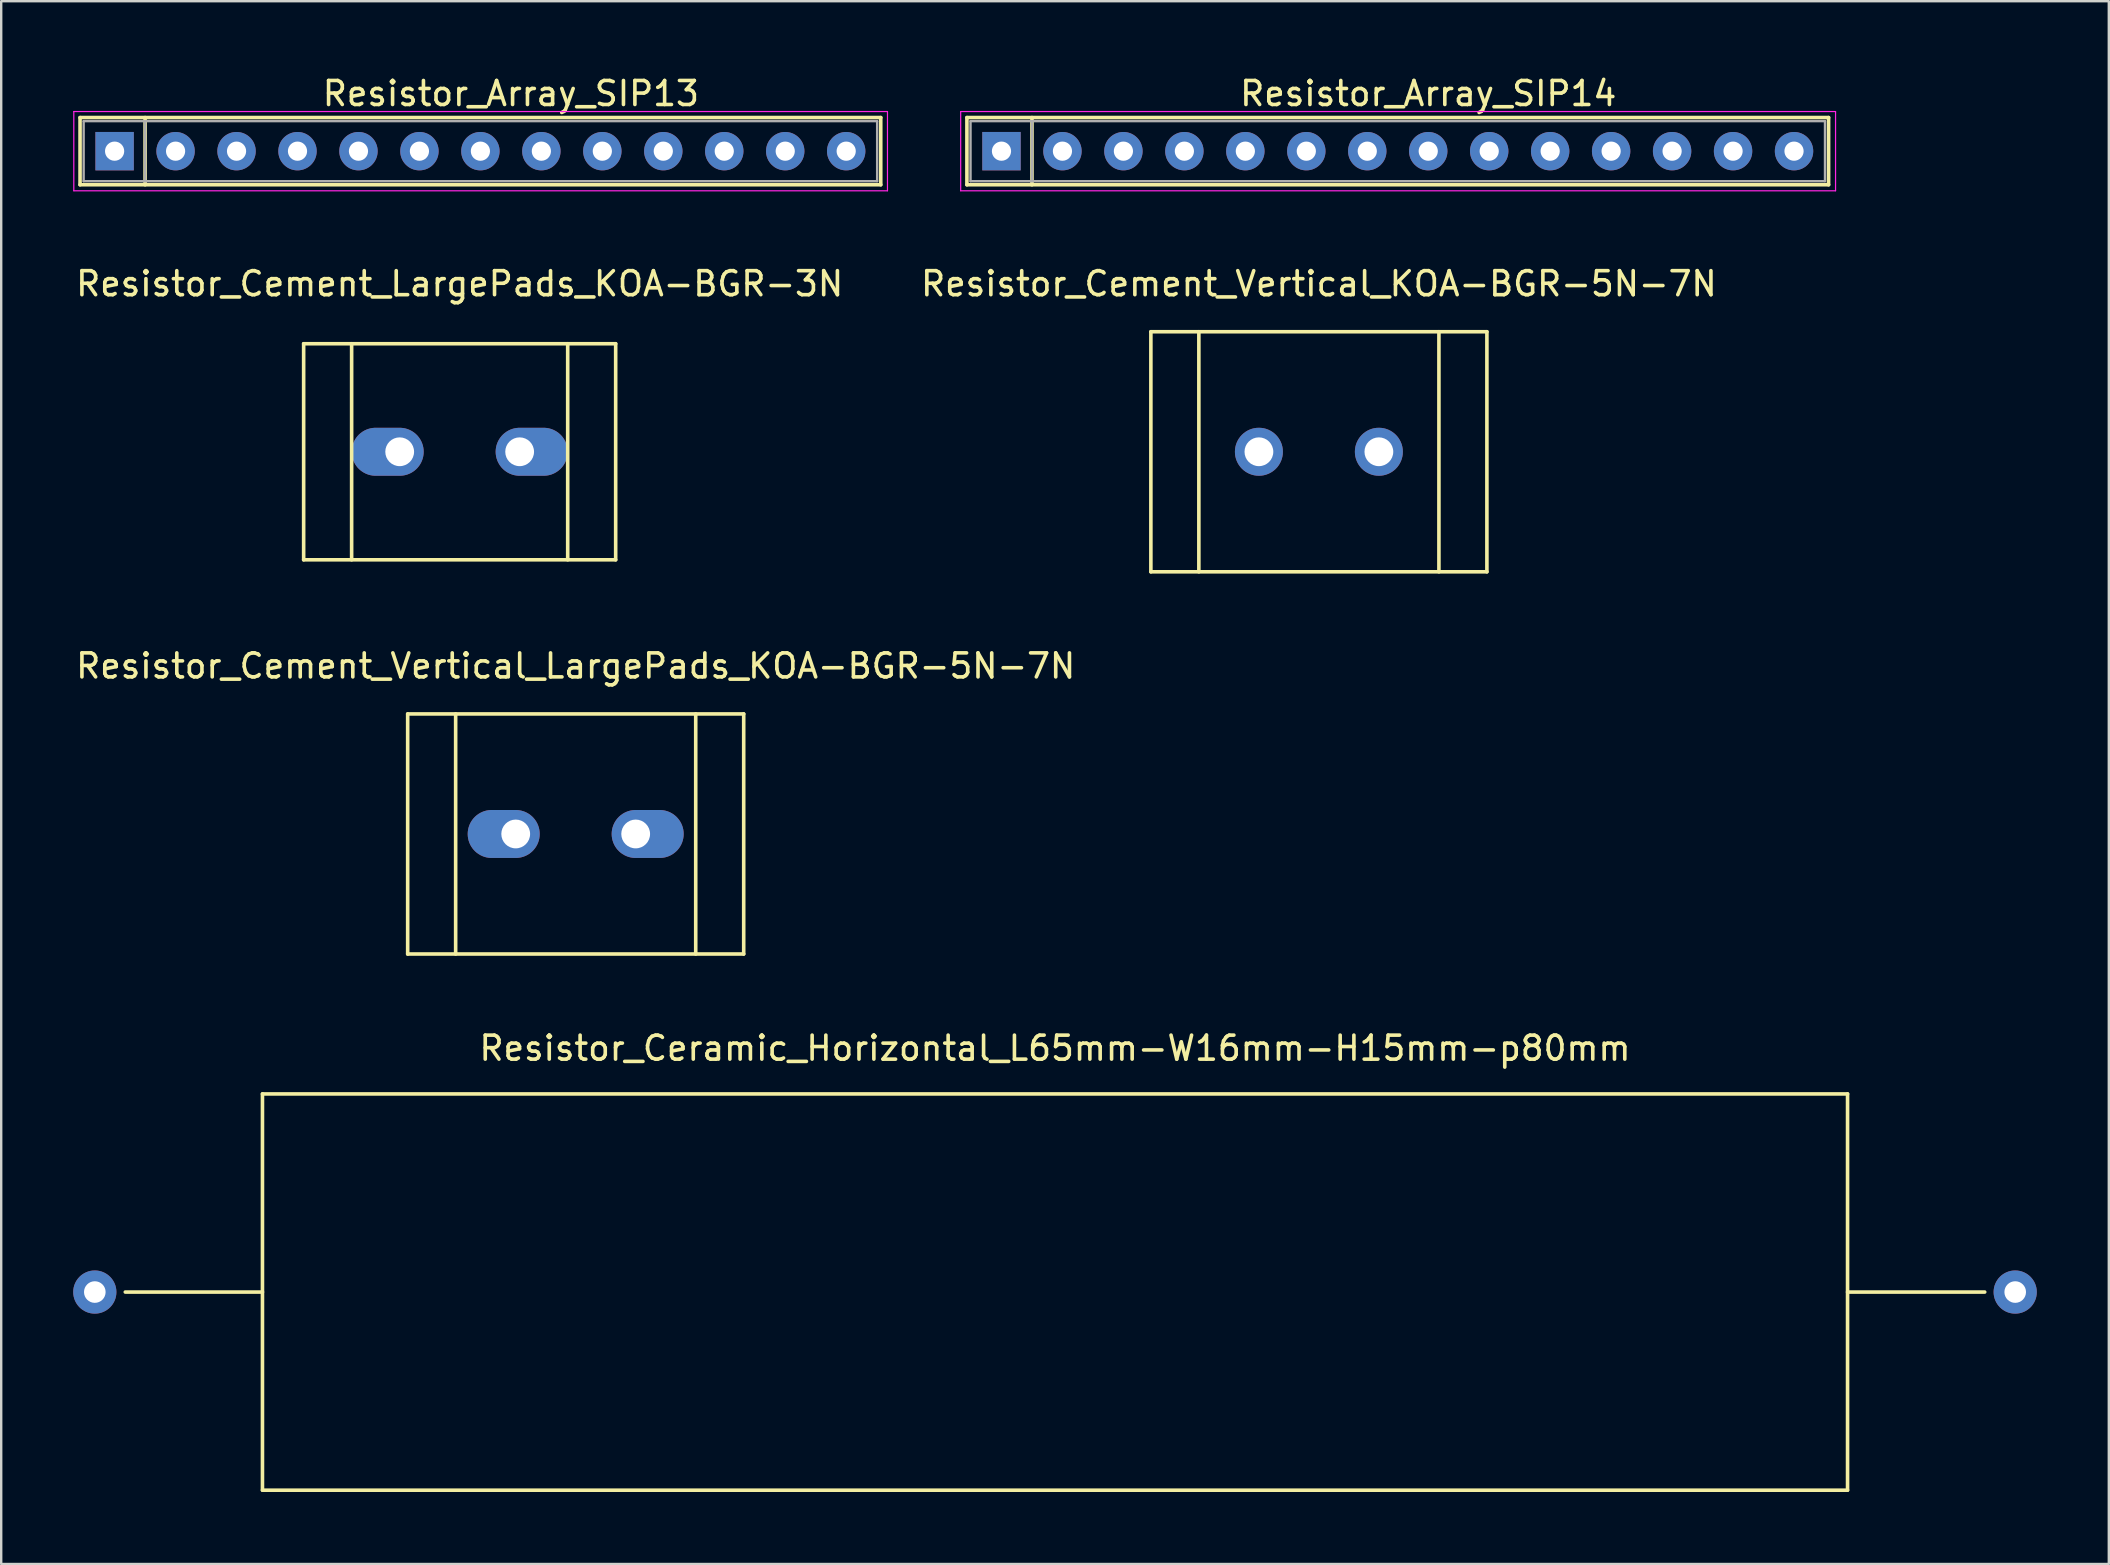
<source format=kicad_pcb>
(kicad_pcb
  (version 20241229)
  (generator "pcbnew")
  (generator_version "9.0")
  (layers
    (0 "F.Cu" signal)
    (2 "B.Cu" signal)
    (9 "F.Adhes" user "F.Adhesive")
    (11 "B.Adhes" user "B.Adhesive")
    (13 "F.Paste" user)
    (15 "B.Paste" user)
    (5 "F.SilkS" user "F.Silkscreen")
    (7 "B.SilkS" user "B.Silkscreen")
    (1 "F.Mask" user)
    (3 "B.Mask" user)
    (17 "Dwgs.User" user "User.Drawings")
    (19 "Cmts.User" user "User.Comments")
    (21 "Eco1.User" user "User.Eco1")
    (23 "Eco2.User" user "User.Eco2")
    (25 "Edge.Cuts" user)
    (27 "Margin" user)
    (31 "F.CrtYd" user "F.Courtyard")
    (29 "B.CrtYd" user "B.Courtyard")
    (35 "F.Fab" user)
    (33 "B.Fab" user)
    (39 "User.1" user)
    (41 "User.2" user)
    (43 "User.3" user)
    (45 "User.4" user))
  (footprint "Resistor_Ceramic_Horizontal_L65mm-W16mm-H15mm-p80mm"
    (layer "F.Cu")
    (at 40.905 50.781)
    (property "Reference" "Resistor_Ceramic_Horizontal_L65mm-W16mm-H15mm-p80mm" (at 0 -10.16 0) (layer "F.SilkS") (effects (font (size 1 1) (thickness 0.15))))
    (attr through_hole)
    (fp_line (start -33.02 -8.255) (end -33.02 8.255) (stroke (width 0.15) (type solid)) (layer "F.SilkS"))
    (fp_line (start -33.02 0) (end -38.735 0) (stroke (width 0.15) (type solid)) (layer "F.SilkS"))
    (fp_line (start -33.02 8.255) (end 33.02 8.255) (stroke (width 0.15) (type solid)) (layer "F.SilkS"))
    (fp_line (start 33.02 -8.255) (end -33.02 -8.255) (stroke (width 0.15) (type solid)) (layer "F.SilkS"))
    (fp_line (start 33.02 0) (end 38.735 0) (stroke (width 0.15) (type solid)) (layer "F.SilkS"))
    (fp_line (start 33.02 8.255) (end 33.02 -8.255) (stroke (width 0.15) (type solid)) (layer "F.SilkS"))
    (pad "1" thru_hole circle (at -40.005 0 180) (size 1.8 1.8) (drill 0.9) (layers "*.Cu" "*.Mask"))
    (pad "2" thru_hole circle (at 40.005 0 180) (size 1.8 1.8) (drill 0.9) (layers "*.Cu" "*.Mask")))
  (footprint "Resistor_Array_SIP13"
    (layer "F.Cu")
    (at 1.725 3.248)
    (property "Reference" "Resistor_Array_SIP13" (at 16.51 -2.4 0) (layer "F.SilkS") (effects (font (size 1 1) (thickness 0.15))))
    (attr through_hole)
    (fp_line (start -1.44 -1.4) (end -1.44 1.4) (stroke (width 0.15) (type solid)) (layer "F.SilkS"))
    (fp_line (start -1.44 1.4) (end 31.92 1.4) (stroke (width 0.15) (type solid)) (layer "F.SilkS"))
    (fp_line (start 1.27 -1.4) (end 1.27 1.4) (stroke (width 0.15) (type solid)) (layer "F.SilkS"))
    (fp_line (start 31.92 -1.4) (end -1.44 -1.4) (stroke (width 0.15) (type solid)) (layer "F.SilkS"))
    (fp_line (start 31.92 1.4) (end 31.92 -1.4) (stroke (width 0.15) (type solid)) (layer "F.SilkS"))
    (fp_line (start -1.7 -1.65) (end -1.7 1.65) (stroke (width 0.05) (type solid)) (layer "F.CrtYd"))
    (fp_line (start -1.7 1.65) (end 32.2 1.65) (stroke (width 0.05) (type solid)) (layer "F.CrtYd"))
    (fp_line (start 32.2 -1.65) (end -1.7 -1.65) (stroke (width 0.05) (type solid)) (layer "F.CrtYd"))
    (fp_line (start 32.2 1.65) (end 32.2 -1.65) (stroke (width 0.05) (type solid)) (layer "F.CrtYd"))
    (fp_line (start -1.29 -1.25) (end -1.29 1.25) (stroke (width 0.1) (type solid)) (layer "F.Fab"))
    (fp_line (start -1.29 1.25) (end 31.77 1.25) (stroke (width 0.1) (type solid)) (layer "F.Fab"))
    (fp_line (start 1.27 -1.25) (end 1.27 1.25) (stroke (width 0.1) (type solid)) (layer "F.Fab"))
    (fp_line (start 31.77 -1.25) (end -1.29 -1.25) (stroke (width 0.1) (type solid)) (layer "F.Fab"))
    (fp_line (start 31.77 1.25) (end 31.77 -1.25) (stroke (width 0.1) (type solid)) (layer "F.Fab"))
    (pad "1" thru_hole rect (at 0 0) (size 1.6 1.6) (drill 0.8) (layers "*.Cu" "*.Mask"))
    (pad "2" thru_hole oval (at 2.54 0) (size 1.6 1.6) (drill 0.8) (layers "*.Cu" "*.Mask"))
    (pad "3" thru_hole oval (at 5.08 0) (size 1.6 1.6) (drill 0.8) (layers "*.Cu" "*.Mask"))
    (pad "4" thru_hole oval (at 7.62 0) (size 1.6 1.6) (drill 0.8) (layers "*.Cu" "*.Mask"))
    (pad "5" thru_hole oval (at 10.16 0) (size 1.6 1.6) (drill 0.8) (layers "*.Cu" "*.Mask"))
    (pad "6" thru_hole oval (at 12.7 0) (size 1.6 1.6) (drill 0.8) (layers "*.Cu" "*.Mask"))
    (pad "7" thru_hole oval (at 15.24 0) (size 1.6 1.6) (drill 0.8) (layers "*.Cu" "*.Mask"))
    (pad "8" thru_hole oval (at 17.78 0) (size 1.6 1.6) (drill 0.8) (layers "*.Cu" "*.Mask"))
    (pad "9" thru_hole oval (at 20.32 0) (size 1.6 1.6) (drill 0.8) (layers "*.Cu" "*.Mask"))
    (pad "10" thru_hole oval (at 22.86 0) (size 1.6 1.6) (drill 0.8) (layers "*.Cu" "*.Mask"))
    (pad "11" thru_hole oval (at 25.4 0) (size 1.6 1.6) (drill 0.8) (layers "*.Cu" "*.Mask"))
    (pad "12" thru_hole oval (at 27.94 0) (size 1.6 1.6) (drill 0.8) (layers "*.Cu" "*.Mask"))
    (pad "13" thru_hole oval (at 30.48 0) (size 1.6 1.6) (drill 0.8) (layers "*.Cu" "*.Mask")))
  (footprint "Resistor_Cement_LargePads_KOA-BGR-3N"
    (layer "F.Cu")
    (at 16.101 15.772)
    (property "Reference" "Resistor_Cement_LargePads_KOA-BGR-3N" (at 0 -7 0) (layer "F.SilkS") (effects (font (size 1 1) (thickness 0.15))))
    (attr through_hole)
    (fp_line (start -6.5 -4.501) (end -6.5 4.501) (stroke (width 0.15) (type solid)) (layer "F.SilkS"))
    (fp_line (start -6.5 4.501) (end 6.5 4.501) (stroke (width 0.15) (type solid)) (layer "F.SilkS"))
    (fp_line (start -4.501 -4.501) (end -4.501 4.501) (stroke (width 0.15) (type solid)) (layer "F.SilkS"))
    (fp_line (start 4.501 -4.501) (end 4.501 4.501) (stroke (width 0.15) (type solid)) (layer "F.SilkS"))
    (fp_line (start 6.5 -4.501) (end -6.5 -4.501) (stroke (width 0.15) (type solid)) (layer "F.SilkS"))
    (fp_line (start 6.5 4.501) (end 6.5 -4.501) (stroke (width 0.15) (type solid)) (layer "F.SilkS"))
    (pad "1" thru_hole oval (at -2.499 0) (size 3 1.999) (drill 1.199 (offset -0.5 0)) (layers "*.Cu" "*.Mask"))
    (pad "2" thru_hole oval (at 2.499 0 180) (size 3 1.999) (drill 1.199 (offset -0.5 0)) (layers "*.Cu" "*.Mask")))
  (footprint "Resistor_Cement_Vertical_LargePads_KOA-BGR-5N-7N"
    (layer "F.Cu")
    (at 20.935 31.696)
    (property "Reference" "Resistor_Cement_Vertical_LargePads_KOA-BGR-5N-7N" (at 0 -7 0) (layer "F.SilkS") (effects (font (size 1 1) (thickness 0.15))))
    (attr through_hole)
    (fp_line (start -7 -5.001) (end -7 5.001) (stroke (width 0.15) (type solid)) (layer "F.SilkS"))
    (fp_line (start -7 5.001) (end 7 5.001) (stroke (width 0.15) (type solid)) (layer "F.SilkS"))
    (fp_line (start -5.001 -5.001) (end -5.001 5.001) (stroke (width 0.15) (type solid)) (layer "F.SilkS"))
    (fp_line (start 5.001 -5.001) (end 5.001 5.001) (stroke (width 0.15) (type solid)) (layer "F.SilkS"))
    (fp_line (start 7 -5.001) (end -7 -5.001) (stroke (width 0.15) (type solid)) (layer "F.SilkS"))
    (fp_line (start 7 5.001) (end 7 -5.001) (stroke (width 0.15) (type solid)) (layer "F.SilkS"))
    (pad "1" thru_hole oval (at -2.499 0) (size 3 1.999) (drill 1.199 (offset -0.5 0)) (layers "*.Cu" "*.Mask"))
    (pad "2" thru_hole oval (at 2.499 0 180) (size 3 1.999) (drill 1.199 (offset -0.5 0)) (layers "*.Cu" "*.Mask")))
  (footprint "Resistor_Cement_Vertical_KOA-BGR-5N-7N"
    (layer "F.Cu")
    (at 51.899 15.772)
    (property "Reference" "Resistor_Cement_Vertical_KOA-BGR-5N-7N" (at 0 -7 0) (layer "F.SilkS") (effects (font (size 1 1) (thickness 0.15))))
    (attr through_hole)
    (fp_line (start -7 -5.001) (end -7 5.001) (stroke (width 0.15) (type solid)) (layer "F.SilkS"))
    (fp_line (start -7 5.001) (end 7 5.001) (stroke (width 0.15) (type solid)) (layer "F.SilkS"))
    (fp_line (start -5.001 -5.001) (end -5.001 5.001) (stroke (width 0.15) (type solid)) (layer "F.SilkS"))
    (fp_line (start 5.001 -5.001) (end 5.001 5.001) (stroke (width 0.15) (type solid)) (layer "F.SilkS"))
    (fp_line (start 7 -5.001) (end -7 -5.001) (stroke (width 0.15) (type solid)) (layer "F.SilkS"))
    (fp_line (start 7 5.001) (end 7 -5.001) (stroke (width 0.15) (type solid)) (layer "F.SilkS"))
    (pad "1" thru_hole circle (at -2.499 0) (size 1.999 1.999) (drill 1.199) (layers "*.Cu" "*.Mask"))
    (pad "2" thru_hole circle (at 2.499 0) (size 1.999 1.999) (drill 1.199) (layers "*.Cu" "*.Mask")))
  (footprint "Resistor_Array_SIP14"
    (layer "F.Cu")
    (at 38.675 3.248)
    (property "Reference" "Resistor_Array_SIP14" (at 17.78 -2.4 0) (layer "F.SilkS") (effects (font (size 1 1) (thickness 0.15))))
    (attr through_hole)
    (fp_line (start -1.44 -1.4) (end -1.44 1.4) (stroke (width 0.15) (type solid)) (layer "F.SilkS"))
    (fp_line (start -1.44 1.4) (end 34.46 1.4) (stroke (width 0.15) (type solid)) (layer "F.SilkS"))
    (fp_line (start 1.27 -1.4) (end 1.27 1.4) (stroke (width 0.15) (type solid)) (layer "F.SilkS"))
    (fp_line (start 34.46 -1.4) (end -1.44 -1.4) (stroke (width 0.15) (type solid)) (layer "F.SilkS"))
    (fp_line (start 34.46 1.4) (end 34.46 -1.4) (stroke (width 0.15) (type solid)) (layer "F.SilkS"))
    (fp_line (start -1.7 -1.65) (end -1.7 1.65) (stroke (width 0.05) (type solid)) (layer "F.CrtYd"))
    (fp_line (start -1.7 1.65) (end 34.75 1.65) (stroke (width 0.05) (type solid)) (layer "F.CrtYd"))
    (fp_line (start 34.75 -1.65) (end -1.7 -1.65) (stroke (width 0.05) (type solid)) (layer "F.CrtYd"))
    (fp_line (start 34.75 1.65) (end 34.75 -1.65) (stroke (width 0.05) (type solid)) (layer "F.CrtYd"))
    (fp_line (start -1.29 -1.25) (end -1.29 1.25) (stroke (width 0.1) (type solid)) (layer "F.Fab"))
    (fp_line (start -1.29 1.25) (end 34.31 1.25) (stroke (width 0.1) (type solid)) (layer "F.Fab"))
    (fp_line (start 1.27 -1.25) (end 1.27 1.25) (stroke (width 0.1) (type solid)) (layer "F.Fab"))
    (fp_line (start 34.31 -1.25) (end -1.29 -1.25) (stroke (width 0.1) (type solid)) (layer "F.Fab"))
    (fp_line (start 34.31 1.25) (end 34.31 -1.25) (stroke (width 0.1) (type solid)) (layer "F.Fab"))
    (pad "1" thru_hole rect (at 0 0) (size 1.6 1.6) (drill 0.8) (layers "*.Cu" "*.Mask"))
    (pad "2" thru_hole oval (at 2.54 0) (size 1.6 1.6) (drill 0.8) (layers "*.Cu" "*.Mask"))
    (pad "3" thru_hole oval (at 5.08 0) (size 1.6 1.6) (drill 0.8) (layers "*.Cu" "*.Mask"))
    (pad "4" thru_hole oval (at 7.62 0) (size 1.6 1.6) (drill 0.8) (layers "*.Cu" "*.Mask"))
    (pad "5" thru_hole oval (at 10.16 0) (size 1.6 1.6) (drill 0.8) (layers "*.Cu" "*.Mask"))
    (pad "6" thru_hole oval (at 12.7 0) (size 1.6 1.6) (drill 0.8) (layers "*.Cu" "*.Mask"))
    (pad "7" thru_hole oval (at 15.24 0) (size 1.6 1.6) (drill 0.8) (layers "*.Cu" "*.Mask"))
    (pad "8" thru_hole oval (at 17.78 0) (size 1.6 1.6) (drill 0.8) (layers "*.Cu" "*.Mask"))
    (pad "9" thru_hole oval (at 20.32 0) (size 1.6 1.6) (drill 0.8) (layers "*.Cu" "*.Mask"))
    (pad "10" thru_hole oval (at 22.86 0) (size 1.6 1.6) (drill 0.8) (layers "*.Cu" "*.Mask"))
    (pad "11" thru_hole oval (at 25.4 0) (size 1.6 1.6) (drill 0.8) (layers "*.Cu" "*.Mask"))
    (pad "12" thru_hole oval (at 27.94 0) (size 1.6 1.6) (drill 0.8) (layers "*.Cu" "*.Mask"))
    (pad "13" thru_hole oval (at 30.48 0) (size 1.6 1.6) (drill 0.8) (layers "*.Cu" "*.Mask"))
    (pad "14" thru_hole oval (at 33.02 0) (size 1.6 1.6) (drill 0.8) (layers "*.Cu" "*.Mask")))
  (gr_rect
    (start -3 -3)
    (end 84.81 62.111)
    (stroke (width 0.1) (type default))
    (fill no)
    (layer "Edge.Cuts")))
</source>
